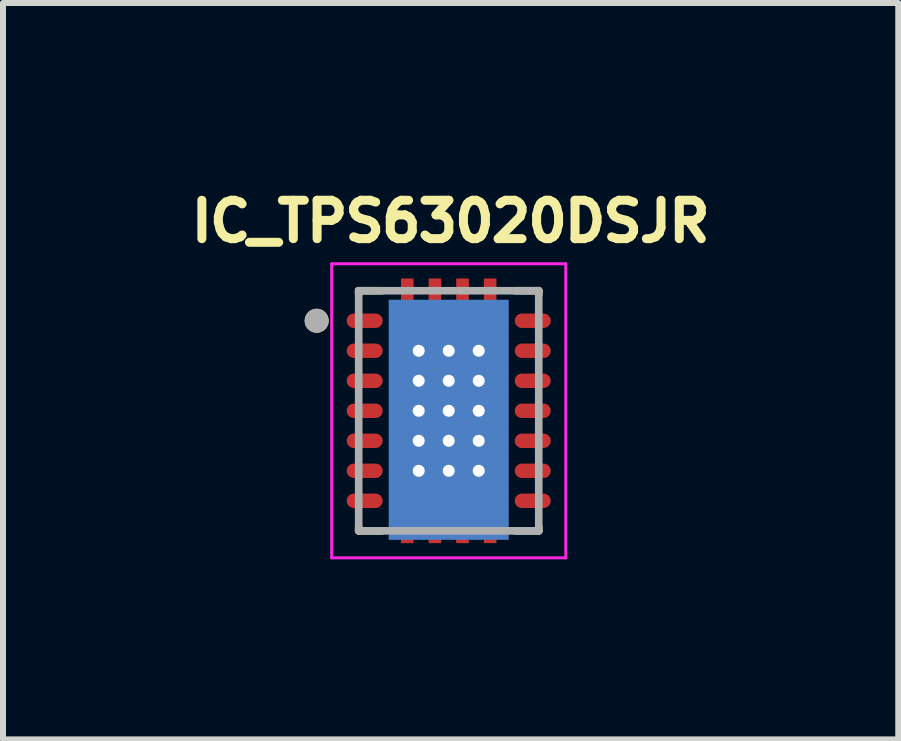
<source format=kicad_pcb>
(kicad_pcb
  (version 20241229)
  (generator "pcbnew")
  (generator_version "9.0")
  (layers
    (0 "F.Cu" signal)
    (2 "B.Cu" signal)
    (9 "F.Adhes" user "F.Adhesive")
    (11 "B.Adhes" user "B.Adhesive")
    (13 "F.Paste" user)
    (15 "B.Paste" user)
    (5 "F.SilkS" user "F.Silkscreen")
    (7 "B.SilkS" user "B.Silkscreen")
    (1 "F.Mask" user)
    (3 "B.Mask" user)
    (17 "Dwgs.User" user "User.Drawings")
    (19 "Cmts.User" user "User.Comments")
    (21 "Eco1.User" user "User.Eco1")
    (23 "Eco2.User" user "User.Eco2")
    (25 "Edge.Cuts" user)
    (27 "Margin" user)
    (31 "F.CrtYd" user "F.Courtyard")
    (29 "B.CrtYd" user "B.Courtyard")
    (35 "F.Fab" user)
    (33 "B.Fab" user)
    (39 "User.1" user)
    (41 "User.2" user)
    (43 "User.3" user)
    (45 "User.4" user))
  (footprint "IC_TPS63020DSJR"
    (layer "F.Cu")
    (at 4.426 3.794)
    (property "Reference" "IC_TPS63020DSJR" (at 0.032 -3.156 0) (layer "F.SilkS") (effects (font (size 0.64 0.64) (thickness 0.15))))
    (attr through_hole)
    (fp_poly (pts (xy -0.86 -2.27) (xy -0.52 -2.27) (xy -0.52 -1.495) (xy -0.4 -1.495) (xy -0.4 -2.27) (xy -0.06 -2.27) (xy -0.06 -1.495) (xy 0.06 -1.495) (xy 0.06 -2.27) (xy 0.4 -2.27) (xy 0.4 -1.495) (xy 0.52 -1.495) (xy 0.52 -2.27) (xy 0.86 -2.27) (xy 0.86 2.27) (xy 0.52 2.27) (xy 0.52 1.495) (xy 0.4 1.495) (xy 0.4 2.27) (xy 0.06 2.27) (xy 0.06 1.495) (xy -0.06 1.495) (xy -0.06 2.27) (xy -0.4 2.27) (xy -0.4 1.495) (xy -0.52 1.495) (xy -0.52 2.27) (xy -0.86 2.27)) (stroke (width 0.01) (type solid)) (fill yes) (layer "F.Mask"))
    (fp_poly (pts (xy -1.22 -1.69) (xy -1.21 -1.69) (xy -1.2 -1.689) (xy -1.19 -1.688) (xy -1.18 -1.686) (xy -1.171 -1.684) (xy -1.161 -1.681) (xy -1.152 -1.677) (xy -1.143 -1.674) (xy -1.134 -1.669) (xy -1.125 -1.665) (xy -1.117 -1.659) (xy -1.108 -1.654) (xy -1.1 -1.648) (xy -1.093 -1.641) (xy -1.086 -1.634) (xy -1.079 -1.627) (xy -1.072 -1.62) (xy -1.066 -1.612) (xy -1.061 -1.603) (xy -1.055 -1.595) (xy -1.051 -1.586) (xy -1.046 -1.577) (xy -1.043 -1.568) (xy -1.039 -1.559) (xy -1.036 -1.549) (xy -1.034 -1.54) (xy -1.032 -1.53) (xy -1.031 -1.52) (xy -1.03 -1.51) (xy -1.03 -1.5) (xy -1.03 -1.49) (xy -1.031 -1.48) (xy -1.032 -1.47) (xy -1.034 -1.46) (xy -1.036 -1.451) (xy -1.039 -1.441) (xy -1.043 -1.432) (xy -1.046 -1.423) (xy -1.051 -1.414) (xy -1.055 -1.405) (xy -1.061 -1.397) (xy -1.066 -1.388) (xy -1.072 -1.38) (xy -1.079 -1.373) (xy -1.086 -1.366) (xy -1.093 -1.359) (xy -1.1 -1.352) (xy -1.108 -1.346) (xy -1.117 -1.341) (xy -1.125 -1.335) (xy -1.134 -1.331) (xy -1.143 -1.326) (xy -1.152 -1.323) (xy -1.161 -1.319) (xy -1.171 -1.316) (xy -1.18 -1.314) (xy -1.19 -1.312) (xy -1.2 -1.311) (xy -1.21 -1.31) (xy -1.22 -1.31) (xy -1.58 -1.31) (xy -1.59 -1.31) (xy -1.6 -1.311) (xy -1.61 -1.312) (xy -1.62 -1.314) (xy -1.629 -1.316) (xy -1.639 -1.319) (xy -1.648 -1.323) (xy -1.657 -1.326) (xy -1.666 -1.331) (xy -1.675 -1.335) (xy -1.683 -1.341) (xy -1.692 -1.346) (xy -1.7 -1.352) (xy -1.707 -1.359) (xy -1.714 -1.366) (xy -1.721 -1.373) (xy -1.728 -1.38) (xy -1.734 -1.388) (xy -1.739 -1.397) (xy -1.745 -1.405) (xy -1.749 -1.414) (xy -1.754 -1.423) (xy -1.757 -1.432) (xy -1.761 -1.441) (xy -1.764 -1.451) (xy -1.766 -1.46) (xy -1.768 -1.47) (xy -1.769 -1.48) (xy -1.77 -1.49) (xy -1.77 -1.5) (xy -1.77 -1.51) (xy -1.769 -1.52) (xy -1.768 -1.53) (xy -1.766 -1.54) (xy -1.764 -1.549) (xy -1.761 -1.559) (xy -1.757 -1.568) (xy -1.754 -1.577) (xy -1.749 -1.586) (xy -1.745 -1.595) (xy -1.739 -1.603) (xy -1.734 -1.612) (xy -1.728 -1.62) (xy -1.721 -1.627) (xy -1.714 -1.634) (xy -1.707 -1.641) (xy -1.7 -1.648) (xy -1.692 -1.654) (xy -1.683 -1.659) (xy -1.675 -1.665) (xy -1.666 -1.669) (xy -1.657 -1.674) (xy -1.648 -1.677) (xy -1.639 -1.681) (xy -1.629 -1.684) (xy -1.62 -1.686) (xy -1.61 -1.688) (xy -1.6 -1.689) (xy -1.59 -1.69) (xy -1.58 -1.69) (xy -1.22 -1.69)) (stroke (width 0.01) (type solid)) (fill yes) (layer "F.Mask"))
    (fp_poly (pts (xy -1.22 -1.19) (xy -1.21 -1.19) (xy -1.2 -1.189) (xy -1.19 -1.188) (xy -1.18 -1.186) (xy -1.171 -1.184) (xy -1.161 -1.181) (xy -1.152 -1.177) (xy -1.143 -1.174) (xy -1.134 -1.169) (xy -1.125 -1.165) (xy -1.117 -1.159) (xy -1.108 -1.154) (xy -1.1 -1.148) (xy -1.093 -1.141) (xy -1.086 -1.134) (xy -1.079 -1.127) (xy -1.072 -1.12) (xy -1.066 -1.112) (xy -1.061 -1.103) (xy -1.055 -1.095) (xy -1.051 -1.086) (xy -1.046 -1.077) (xy -1.043 -1.068) (xy -1.039 -1.059) (xy -1.036 -1.049) (xy -1.034 -1.04) (xy -1.032 -1.03) (xy -1.031 -1.02) (xy -1.03 -1.01) (xy -1.03 -1) (xy -1.03 -0.99) (xy -1.031 -0.98) (xy -1.032 -0.97) (xy -1.034 -0.96) (xy -1.036 -0.951) (xy -1.039 -0.941) (xy -1.043 -0.932) (xy -1.046 -0.923) (xy -1.051 -0.914) (xy -1.055 -0.905) (xy -1.061 -0.897) (xy -1.066 -0.888) (xy -1.072 -0.88) (xy -1.079 -0.873) (xy -1.086 -0.866) (xy -1.093 -0.859) (xy -1.1 -0.852) (xy -1.108 -0.846) (xy -1.117 -0.841) (xy -1.125 -0.835) (xy -1.134 -0.831) (xy -1.143 -0.826) (xy -1.152 -0.823) (xy -1.161 -0.819) (xy -1.171 -0.816) (xy -1.18 -0.814) (xy -1.19 -0.812) (xy -1.2 -0.811) (xy -1.21 -0.81) (xy -1.22 -0.81) (xy -1.58 -0.81) (xy -1.59 -0.81) (xy -1.6 -0.811) (xy -1.61 -0.812) (xy -1.62 -0.814) (xy -1.629 -0.816) (xy -1.639 -0.819) (xy -1.648 -0.823) (xy -1.657 -0.826) (xy -1.666 -0.831) (xy -1.675 -0.835) (xy -1.683 -0.841) (xy -1.692 -0.846) (xy -1.7 -0.852) (xy -1.707 -0.859) (xy -1.714 -0.866) (xy -1.721 -0.873) (xy -1.728 -0.88) (xy -1.734 -0.888) (xy -1.739 -0.897) (xy -1.745 -0.905) (xy -1.749 -0.914) (xy -1.754 -0.923) (xy -1.757 -0.932) (xy -1.761 -0.941) (xy -1.764 -0.951) (xy -1.766 -0.96) (xy -1.768 -0.97) (xy -1.769 -0.98) (xy -1.77 -0.99) (xy -1.77 -1) (xy -1.77 -1.01) (xy -1.769 -1.02) (xy -1.768 -1.03) (xy -1.766 -1.04) (xy -1.764 -1.049) (xy -1.761 -1.059) (xy -1.757 -1.068) (xy -1.754 -1.077) (xy -1.749 -1.086) (xy -1.745 -1.095) (xy -1.739 -1.103) (xy -1.734 -1.112) (xy -1.728 -1.12) (xy -1.721 -1.127) (xy -1.714 -1.134) (xy -1.707 -1.141) (xy -1.7 -1.148) (xy -1.692 -1.154) (xy -1.683 -1.159) (xy -1.675 -1.165) (xy -1.666 -1.169) (xy -1.657 -1.174) (xy -1.648 -1.177) (xy -1.639 -1.181) (xy -1.629 -1.184) (xy -1.62 -1.186) (xy -1.61 -1.188) (xy -1.6 -1.189) (xy -1.59 -1.19) (xy -1.58 -1.19) (xy -1.22 -1.19)) (stroke (width 0.01) (type solid)) (fill yes) (layer "F.Mask"))
    (fp_poly (pts (xy -1.22 -0.69) (xy -1.21 -0.69) (xy -1.2 -0.689) (xy -1.19 -0.688) (xy -1.18 -0.686) (xy -1.171 -0.684) (xy -1.161 -0.681) (xy -1.152 -0.677) (xy -1.143 -0.674) (xy -1.134 -0.669) (xy -1.125 -0.665) (xy -1.117 -0.659) (xy -1.108 -0.654) (xy -1.1 -0.648) (xy -1.093 -0.641) (xy -1.086 -0.634) (xy -1.079 -0.627) (xy -1.072 -0.62) (xy -1.066 -0.612) (xy -1.061 -0.603) (xy -1.055 -0.595) (xy -1.051 -0.586) (xy -1.046 -0.577) (xy -1.043 -0.568) (xy -1.039 -0.559) (xy -1.036 -0.549) (xy -1.034 -0.54) (xy -1.032 -0.53) (xy -1.031 -0.52) (xy -1.03 -0.51) (xy -1.03 -0.5) (xy -1.03 -0.49) (xy -1.031 -0.48) (xy -1.032 -0.47) (xy -1.034 -0.46) (xy -1.036 -0.451) (xy -1.039 -0.441) (xy -1.043 -0.432) (xy -1.046 -0.423) (xy -1.051 -0.414) (xy -1.055 -0.405) (xy -1.061 -0.397) (xy -1.066 -0.388) (xy -1.072 -0.38) (xy -1.079 -0.373) (xy -1.086 -0.366) (xy -1.093 -0.359) (xy -1.1 -0.352) (xy -1.108 -0.346) (xy -1.117 -0.341) (xy -1.125 -0.335) (xy -1.134 -0.331) (xy -1.143 -0.326) (xy -1.152 -0.323) (xy -1.161 -0.319) (xy -1.171 -0.316) (xy -1.18 -0.314) (xy -1.19 -0.312) (xy -1.2 -0.311) (xy -1.21 -0.31) (xy -1.22 -0.31) (xy -1.58 -0.31) (xy -1.59 -0.31) (xy -1.6 -0.311) (xy -1.61 -0.312) (xy -1.62 -0.314) (xy -1.629 -0.316) (xy -1.639 -0.319) (xy -1.648 -0.323) (xy -1.657 -0.326) (xy -1.666 -0.331) (xy -1.675 -0.335) (xy -1.683 -0.341) (xy -1.692 -0.346) (xy -1.7 -0.352) (xy -1.707 -0.359) (xy -1.714 -0.366) (xy -1.721 -0.373) (xy -1.728 -0.38) (xy -1.734 -0.388) (xy -1.739 -0.397) (xy -1.745 -0.405) (xy -1.749 -0.414) (xy -1.754 -0.423) (xy -1.757 -0.432) (xy -1.761 -0.441) (xy -1.764 -0.451) (xy -1.766 -0.46) (xy -1.768 -0.47) (xy -1.769 -0.48) (xy -1.77 -0.49) (xy -1.77 -0.5) (xy -1.77 -0.51) (xy -1.769 -0.52) (xy -1.768 -0.53) (xy -1.766 -0.54) (xy -1.764 -0.549) (xy -1.761 -0.559) (xy -1.757 -0.568) (xy -1.754 -0.577) (xy -1.749 -0.586) (xy -1.745 -0.595) (xy -1.739 -0.603) (xy -1.734 -0.612) (xy -1.728 -0.62) (xy -1.721 -0.627) (xy -1.714 -0.634) (xy -1.707 -0.641) (xy -1.7 -0.648) (xy -1.692 -0.654) (xy -1.683 -0.659) (xy -1.675 -0.665) (xy -1.666 -0.669) (xy -1.657 -0.674) (xy -1.648 -0.677) (xy -1.639 -0.681) (xy -1.629 -0.684) (xy -1.62 -0.686) (xy -1.61 -0.688) (xy -1.6 -0.689) (xy -1.59 -0.69) (xy -1.58 -0.69) (xy -1.22 -0.69)) (stroke (width 0.01) (type solid)) (fill yes) (layer "F.Mask"))
    (fp_poly (pts (xy -1.22 -0.19) (xy -1.21 -0.19) (xy -1.2 -0.189) (xy -1.19 -0.188) (xy -1.18 -0.186) (xy -1.171 -0.184) (xy -1.161 -0.181) (xy -1.152 -0.177) (xy -1.143 -0.174) (xy -1.134 -0.169) (xy -1.125 -0.165) (xy -1.117 -0.159) (xy -1.108 -0.154) (xy -1.1 -0.148) (xy -1.093 -0.141) (xy -1.086 -0.134) (xy -1.079 -0.127) (xy -1.072 -0.12) (xy -1.066 -0.112) (xy -1.061 -0.103) (xy -1.055 -0.095) (xy -1.051 -0.086) (xy -1.046 -0.077) (xy -1.043 -0.068) (xy -1.039 -0.059) (xy -1.036 -0.049) (xy -1.034 -0.04) (xy -1.032 -0.03) (xy -1.031 -0.02) (xy -1.03 -0.01) (xy -1.03 0) (xy -1.03 0.01) (xy -1.031 0.02) (xy -1.032 0.03) (xy -1.034 0.04) (xy -1.036 0.049) (xy -1.039 0.059) (xy -1.043 0.068) (xy -1.046 0.077) (xy -1.051 0.086) (xy -1.055 0.095) (xy -1.061 0.103) (xy -1.066 0.112) (xy -1.072 0.12) (xy -1.079 0.127) (xy -1.086 0.134) (xy -1.093 0.141) (xy -1.1 0.148) (xy -1.108 0.154) (xy -1.117 0.159) (xy -1.125 0.165) (xy -1.134 0.169) (xy -1.143 0.174) (xy -1.152 0.177) (xy -1.161 0.181) (xy -1.171 0.184) (xy -1.18 0.186) (xy -1.19 0.188) (xy -1.2 0.189) (xy -1.21 0.19) (xy -1.22 0.19) (xy -1.58 0.19) (xy -1.59 0.19) (xy -1.6 0.189) (xy -1.61 0.188) (xy -1.62 0.186) (xy -1.629 0.184) (xy -1.639 0.181) (xy -1.648 0.177) (xy -1.657 0.174) (xy -1.666 0.169) (xy -1.675 0.165) (xy -1.683 0.159) (xy -1.692 0.154) (xy -1.7 0.148) (xy -1.707 0.141) (xy -1.714 0.134) (xy -1.721 0.127) (xy -1.728 0.12) (xy -1.734 0.112) (xy -1.739 0.103) (xy -1.745 0.095) (xy -1.749 0.086) (xy -1.754 0.077) (xy -1.757 0.068) (xy -1.761 0.059) (xy -1.764 0.049) (xy -1.766 0.04) (xy -1.768 0.03) (xy -1.769 0.02) (xy -1.77 0.01) (xy -1.77 0) (xy -1.77 -0.01) (xy -1.769 -0.02) (xy -1.768 -0.03) (xy -1.766 -0.04) (xy -1.764 -0.049) (xy -1.761 -0.059) (xy -1.757 -0.068) (xy -1.754 -0.077) (xy -1.749 -0.086) (xy -1.745 -0.095) (xy -1.739 -0.103) (xy -1.734 -0.112) (xy -1.728 -0.12) (xy -1.721 -0.127) (xy -1.714 -0.134) (xy -1.707 -0.141) (xy -1.7 -0.148) (xy -1.692 -0.154) (xy -1.683 -0.159) (xy -1.675 -0.165) (xy -1.666 -0.169) (xy -1.657 -0.174) (xy -1.648 -0.177) (xy -1.639 -0.181) (xy -1.629 -0.184) (xy -1.62 -0.186) (xy -1.61 -0.188) (xy -1.6 -0.189) (xy -1.59 -0.19) (xy -1.58 -0.19) (xy -1.22 -0.19)) (stroke (width 0.01) (type solid)) (fill yes) (layer "F.Mask"))
    (fp_poly (pts (xy -1.22 0.31) (xy -1.21 0.31) (xy -1.2 0.311) (xy -1.19 0.312) (xy -1.18 0.314) (xy -1.171 0.316) (xy -1.161 0.319) (xy -1.152 0.323) (xy -1.143 0.326) (xy -1.134 0.331) (xy -1.125 0.335) (xy -1.117 0.341) (xy -1.108 0.346) (xy -1.1 0.352) (xy -1.093 0.359) (xy -1.086 0.366) (xy -1.079 0.373) (xy -1.072 0.38) (xy -1.066 0.388) (xy -1.061 0.397) (xy -1.055 0.405) (xy -1.051 0.414) (xy -1.046 0.423) (xy -1.043 0.432) (xy -1.039 0.441) (xy -1.036 0.451) (xy -1.034 0.46) (xy -1.032 0.47) (xy -1.031 0.48) (xy -1.03 0.49) (xy -1.03 0.5) (xy -1.03 0.51) (xy -1.031 0.52) (xy -1.032 0.53) (xy -1.034 0.54) (xy -1.036 0.549) (xy -1.039 0.559) (xy -1.043 0.568) (xy -1.046 0.577) (xy -1.051 0.586) (xy -1.055 0.595) (xy -1.061 0.603) (xy -1.066 0.612) (xy -1.072 0.62) (xy -1.079 0.627) (xy -1.086 0.634) (xy -1.093 0.641) (xy -1.1 0.648) (xy -1.108 0.654) (xy -1.117 0.659) (xy -1.125 0.665) (xy -1.134 0.669) (xy -1.143 0.674) (xy -1.152 0.677) (xy -1.161 0.681) (xy -1.171 0.684) (xy -1.18 0.686) (xy -1.19 0.688) (xy -1.2 0.689) (xy -1.21 0.69) (xy -1.22 0.69) (xy -1.58 0.69) (xy -1.59 0.69) (xy -1.6 0.689) (xy -1.61 0.688) (xy -1.62 0.686) (xy -1.629 0.684) (xy -1.639 0.681) (xy -1.648 0.677) (xy -1.657 0.674) (xy -1.666 0.669) (xy -1.675 0.665) (xy -1.683 0.659) (xy -1.692 0.654) (xy -1.7 0.648) (xy -1.707 0.641) (xy -1.714 0.634) (xy -1.721 0.627) (xy -1.728 0.62) (xy -1.734 0.612) (xy -1.739 0.603) (xy -1.745 0.595) (xy -1.749 0.586) (xy -1.754 0.577) (xy -1.757 0.568) (xy -1.761 0.559) (xy -1.764 0.549) (xy -1.766 0.54) (xy -1.768 0.53) (xy -1.769 0.52) (xy -1.77 0.51) (xy -1.77 0.5) (xy -1.77 0.49) (xy -1.769 0.48) (xy -1.768 0.47) (xy -1.766 0.46) (xy -1.764 0.451) (xy -1.761 0.441) (xy -1.757 0.432) (xy -1.754 0.423) (xy -1.749 0.414) (xy -1.745 0.405) (xy -1.739 0.397) (xy -1.734 0.388) (xy -1.728 0.38) (xy -1.721 0.373) (xy -1.714 0.366) (xy -1.707 0.359) (xy -1.7 0.352) (xy -1.692 0.346) (xy -1.683 0.341) (xy -1.675 0.335) (xy -1.666 0.331) (xy -1.657 0.326) (xy -1.648 0.323) (xy -1.639 0.319) (xy -1.629 0.316) (xy -1.62 0.314) (xy -1.61 0.312) (xy -1.6 0.311) (xy -1.59 0.31) (xy -1.58 0.31) (xy -1.22 0.31)) (stroke (width 0.01) (type solid)) (fill yes) (layer "F.Mask"))
    (fp_poly (pts (xy -1.22 0.81) (xy -1.21 0.81) (xy -1.2 0.811) (xy -1.19 0.812) (xy -1.18 0.814) (xy -1.171 0.816) (xy -1.161 0.819) (xy -1.152 0.823) (xy -1.143 0.826) (xy -1.134 0.831) (xy -1.125 0.835) (xy -1.117 0.841) (xy -1.108 0.846) (xy -1.1 0.852) (xy -1.093 0.859) (xy -1.086 0.866) (xy -1.079 0.873) (xy -1.072 0.88) (xy -1.066 0.888) (xy -1.061 0.897) (xy -1.055 0.905) (xy -1.051 0.914) (xy -1.046 0.923) (xy -1.043 0.932) (xy -1.039 0.941) (xy -1.036 0.951) (xy -1.034 0.96) (xy -1.032 0.97) (xy -1.031 0.98) (xy -1.03 0.99) (xy -1.03 1) (xy -1.03 1.01) (xy -1.031 1.02) (xy -1.032 1.03) (xy -1.034 1.04) (xy -1.036 1.049) (xy -1.039 1.059) (xy -1.043 1.068) (xy -1.046 1.077) (xy -1.051 1.086) (xy -1.055 1.095) (xy -1.061 1.103) (xy -1.066 1.112) (xy -1.072 1.12) (xy -1.079 1.127) (xy -1.086 1.134) (xy -1.093 1.141) (xy -1.1 1.148) (xy -1.108 1.154) (xy -1.117 1.159) (xy -1.125 1.165) (xy -1.134 1.169) (xy -1.143 1.174) (xy -1.152 1.177) (xy -1.161 1.181) (xy -1.171 1.184) (xy -1.18 1.186) (xy -1.19 1.188) (xy -1.2 1.189) (xy -1.21 1.19) (xy -1.22 1.19) (xy -1.58 1.19) (xy -1.59 1.19) (xy -1.6 1.189) (xy -1.61 1.188) (xy -1.62 1.186) (xy -1.629 1.184) (xy -1.639 1.181) (xy -1.648 1.177) (xy -1.657 1.174) (xy -1.666 1.169) (xy -1.675 1.165) (xy -1.683 1.159) (xy -1.692 1.154) (xy -1.7 1.148) (xy -1.707 1.141) (xy -1.714 1.134) (xy -1.721 1.127) (xy -1.728 1.12) (xy -1.734 1.112) (xy -1.739 1.103) (xy -1.745 1.095) (xy -1.749 1.086) (xy -1.754 1.077) (xy -1.757 1.068) (xy -1.761 1.059) (xy -1.764 1.049) (xy -1.766 1.04) (xy -1.768 1.03) (xy -1.769 1.02) (xy -1.77 1.01) (xy -1.77 1) (xy -1.77 0.99) (xy -1.769 0.98) (xy -1.768 0.97) (xy -1.766 0.96) (xy -1.764 0.951) (xy -1.761 0.941) (xy -1.757 0.932) (xy -1.754 0.923) (xy -1.749 0.914) (xy -1.745 0.905) (xy -1.739 0.897) (xy -1.734 0.888) (xy -1.728 0.88) (xy -1.721 0.873) (xy -1.714 0.866) (xy -1.707 0.859) (xy -1.7 0.852) (xy -1.692 0.846) (xy -1.683 0.841) (xy -1.675 0.835) (xy -1.666 0.831) (xy -1.657 0.826) (xy -1.648 0.823) (xy -1.639 0.819) (xy -1.629 0.816) (xy -1.62 0.814) (xy -1.61 0.812) (xy -1.6 0.811) (xy -1.59 0.81) (xy -1.58 0.81) (xy -1.22 0.81)) (stroke (width 0.01) (type solid)) (fill yes) (layer "F.Mask"))
    (fp_poly (pts (xy -1.22 1.31) (xy -1.21 1.31) (xy -1.2 1.311) (xy -1.19 1.312) (xy -1.18 1.314) (xy -1.171 1.316) (xy -1.161 1.319) (xy -1.152 1.323) (xy -1.143 1.326) (xy -1.134 1.331) (xy -1.125 1.335) (xy -1.117 1.341) (xy -1.108 1.346) (xy -1.1 1.352) (xy -1.093 1.359) (xy -1.086 1.366) (xy -1.079 1.373) (xy -1.072 1.38) (xy -1.066 1.388) (xy -1.061 1.397) (xy -1.055 1.405) (xy -1.051 1.414) (xy -1.046 1.423) (xy -1.043 1.432) (xy -1.039 1.441) (xy -1.036 1.451) (xy -1.034 1.46) (xy -1.032 1.47) (xy -1.031 1.48) (xy -1.03 1.49) (xy -1.03 1.5) (xy -1.03 1.51) (xy -1.031 1.52) (xy -1.032 1.53) (xy -1.034 1.54) (xy -1.036 1.549) (xy -1.039 1.559) (xy -1.043 1.568) (xy -1.046 1.577) (xy -1.051 1.586) (xy -1.055 1.595) (xy -1.061 1.603) (xy -1.066 1.612) (xy -1.072 1.62) (xy -1.079 1.627) (xy -1.086 1.634) (xy -1.093 1.641) (xy -1.1 1.648) (xy -1.108 1.654) (xy -1.117 1.659) (xy -1.125 1.665) (xy -1.134 1.669) (xy -1.143 1.674) (xy -1.152 1.677) (xy -1.161 1.681) (xy -1.171 1.684) (xy -1.18 1.686) (xy -1.19 1.688) (xy -1.2 1.689) (xy -1.21 1.69) (xy -1.22 1.69) (xy -1.58 1.69) (xy -1.59 1.69) (xy -1.6 1.689) (xy -1.61 1.688) (xy -1.62 1.686) (xy -1.629 1.684) (xy -1.639 1.681) (xy -1.648 1.677) (xy -1.657 1.674) (xy -1.666 1.669) (xy -1.675 1.665) (xy -1.683 1.659) (xy -1.692 1.654) (xy -1.7 1.648) (xy -1.707 1.641) (xy -1.714 1.634) (xy -1.721 1.627) (xy -1.728 1.62) (xy -1.734 1.612) (xy -1.739 1.603) (xy -1.745 1.595) (xy -1.749 1.586) (xy -1.754 1.577) (xy -1.757 1.568) (xy -1.761 1.559) (xy -1.764 1.549) (xy -1.766 1.54) (xy -1.768 1.53) (xy -1.769 1.52) (xy -1.77 1.51) (xy -1.77 1.5) (xy -1.77 1.49) (xy -1.769 1.48) (xy -1.768 1.47) (xy -1.766 1.46) (xy -1.764 1.451) (xy -1.761 1.441) (xy -1.757 1.432) (xy -1.754 1.423) (xy -1.749 1.414) (xy -1.745 1.405) (xy -1.739 1.397) (xy -1.734 1.388) (xy -1.728 1.38) (xy -1.721 1.373) (xy -1.714 1.366) (xy -1.707 1.359) (xy -1.7 1.352) (xy -1.692 1.346) (xy -1.683 1.341) (xy -1.675 1.335) (xy -1.666 1.331) (xy -1.657 1.326) (xy -1.648 1.323) (xy -1.639 1.319) (xy -1.629 1.316) (xy -1.62 1.314) (xy -1.61 1.312) (xy -1.6 1.311) (xy -1.59 1.31) (xy -1.58 1.31) (xy -1.22 1.31)) (stroke (width 0.01) (type solid)) (fill yes) (layer "F.Mask"))
    (fp_poly (pts (xy 1.58 -1.69) (xy 1.59 -1.69) (xy 1.6 -1.689) (xy 1.61 -1.688) (xy 1.62 -1.686) (xy 1.629 -1.684) (xy 1.639 -1.681) (xy 1.648 -1.677) (xy 1.657 -1.674) (xy 1.666 -1.669) (xy 1.675 -1.665) (xy 1.683 -1.659) (xy 1.692 -1.654) (xy 1.7 -1.648) (xy 1.707 -1.641) (xy 1.714 -1.634) (xy 1.721 -1.627) (xy 1.728 -1.62) (xy 1.734 -1.612) (xy 1.739 -1.603) (xy 1.745 -1.595) (xy 1.749 -1.586) (xy 1.754 -1.577) (xy 1.757 -1.568) (xy 1.761 -1.559) (xy 1.764 -1.549) (xy 1.766 -1.54) (xy 1.768 -1.53) (xy 1.769 -1.52) (xy 1.77 -1.51) (xy 1.77 -1.5) (xy 1.77 -1.49) (xy 1.769 -1.48) (xy 1.768 -1.47) (xy 1.766 -1.46) (xy 1.764 -1.451) (xy 1.761 -1.441) (xy 1.757 -1.432) (xy 1.754 -1.423) (xy 1.749 -1.414) (xy 1.745 -1.405) (xy 1.739 -1.397) (xy 1.734 -1.388) (xy 1.728 -1.38) (xy 1.721 -1.373) (xy 1.714 -1.366) (xy 1.707 -1.359) (xy 1.7 -1.352) (xy 1.692 -1.346) (xy 1.683 -1.341) (xy 1.675 -1.335) (xy 1.666 -1.331) (xy 1.657 -1.326) (xy 1.648 -1.323) (xy 1.639 -1.319) (xy 1.629 -1.316) (xy 1.62 -1.314) (xy 1.61 -1.312) (xy 1.6 -1.311) (xy 1.59 -1.31) (xy 1.58 -1.31) (xy 1.22 -1.31) (xy 1.21 -1.31) (xy 1.2 -1.311) (xy 1.19 -1.312) (xy 1.18 -1.314) (xy 1.171 -1.316) (xy 1.161 -1.319) (xy 1.152 -1.323) (xy 1.143 -1.326) (xy 1.134 -1.331) (xy 1.125 -1.335) (xy 1.117 -1.341) (xy 1.108 -1.346) (xy 1.1 -1.352) (xy 1.093 -1.359) (xy 1.086 -1.366) (xy 1.079 -1.373) (xy 1.072 -1.38) (xy 1.066 -1.388) (xy 1.061 -1.397) (xy 1.055 -1.405) (xy 1.051 -1.414) (xy 1.046 -1.423) (xy 1.043 -1.432) (xy 1.039 -1.441) (xy 1.036 -1.451) (xy 1.034 -1.46) (xy 1.032 -1.47) (xy 1.031 -1.48) (xy 1.03 -1.49) (xy 1.03 -1.5) (xy 1.03 -1.51) (xy 1.031 -1.52) (xy 1.032 -1.53) (xy 1.034 -1.54) (xy 1.036 -1.549) (xy 1.039 -1.559) (xy 1.043 -1.568) (xy 1.046 -1.577) (xy 1.051 -1.586) (xy 1.055 -1.595) (xy 1.061 -1.603) (xy 1.066 -1.612) (xy 1.072 -1.62) (xy 1.079 -1.627) (xy 1.086 -1.634) (xy 1.093 -1.641) (xy 1.1 -1.648) (xy 1.108 -1.654) (xy 1.117 -1.659) (xy 1.125 -1.665) (xy 1.134 -1.669) (xy 1.143 -1.674) (xy 1.152 -1.677) (xy 1.161 -1.681) (xy 1.171 -1.684) (xy 1.18 -1.686) (xy 1.19 -1.688) (xy 1.2 -1.689) (xy 1.21 -1.69) (xy 1.22 -1.69) (xy 1.58 -1.69)) (stroke (width 0.01) (type solid)) (fill yes) (layer "F.Mask"))
    (fp_poly (pts (xy 1.58 -1.19) (xy 1.59 -1.19) (xy 1.6 -1.189) (xy 1.61 -1.188) (xy 1.62 -1.186) (xy 1.629 -1.184) (xy 1.639 -1.181) (xy 1.648 -1.177) (xy 1.657 -1.174) (xy 1.666 -1.169) (xy 1.675 -1.165) (xy 1.683 -1.159) (xy 1.692 -1.154) (xy 1.7 -1.148) (xy 1.707 -1.141) (xy 1.714 -1.134) (xy 1.721 -1.127) (xy 1.728 -1.12) (xy 1.734 -1.112) (xy 1.739 -1.103) (xy 1.745 -1.095) (xy 1.749 -1.086) (xy 1.754 -1.077) (xy 1.757 -1.068) (xy 1.761 -1.059) (xy 1.764 -1.049) (xy 1.766 -1.04) (xy 1.768 -1.03) (xy 1.769 -1.02) (xy 1.77 -1.01) (xy 1.77 -1) (xy 1.77 -0.99) (xy 1.769 -0.98) (xy 1.768 -0.97) (xy 1.766 -0.96) (xy 1.764 -0.951) (xy 1.761 -0.941) (xy 1.757 -0.932) (xy 1.754 -0.923) (xy 1.749 -0.914) (xy 1.745 -0.905) (xy 1.739 -0.897) (xy 1.734 -0.888) (xy 1.728 -0.88) (xy 1.721 -0.873) (xy 1.714 -0.866) (xy 1.707 -0.859) (xy 1.7 -0.852) (xy 1.692 -0.846) (xy 1.683 -0.841) (xy 1.675 -0.835) (xy 1.666 -0.831) (xy 1.657 -0.826) (xy 1.648 -0.823) (xy 1.639 -0.819) (xy 1.629 -0.816) (xy 1.62 -0.814) (xy 1.61 -0.812) (xy 1.6 -0.811) (xy 1.59 -0.81) (xy 1.58 -0.81) (xy 1.22 -0.81) (xy 1.21 -0.81) (xy 1.2 -0.811) (xy 1.19 -0.812) (xy 1.18 -0.814) (xy 1.171 -0.816) (xy 1.161 -0.819) (xy 1.152 -0.823) (xy 1.143 -0.826) (xy 1.134 -0.831) (xy 1.125 -0.835) (xy 1.117 -0.841) (xy 1.108 -0.846) (xy 1.1 -0.852) (xy 1.093 -0.859) (xy 1.086 -0.866) (xy 1.079 -0.873) (xy 1.072 -0.88) (xy 1.066 -0.888) (xy 1.061 -0.897) (xy 1.055 -0.905) (xy 1.051 -0.914) (xy 1.046 -0.923) (xy 1.043 -0.932) (xy 1.039 -0.941) (xy 1.036 -0.951) (xy 1.034 -0.96) (xy 1.032 -0.97) (xy 1.031 -0.98) (xy 1.03 -0.99) (xy 1.03 -1) (xy 1.03 -1.01) (xy 1.031 -1.02) (xy 1.032 -1.03) (xy 1.034 -1.04) (xy 1.036 -1.049) (xy 1.039 -1.059) (xy 1.043 -1.068) (xy 1.046 -1.077) (xy 1.051 -1.086) (xy 1.055 -1.095) (xy 1.061 -1.103) (xy 1.066 -1.112) (xy 1.072 -1.12) (xy 1.079 -1.127) (xy 1.086 -1.134) (xy 1.093 -1.141) (xy 1.1 -1.148) (xy 1.108 -1.154) (xy 1.117 -1.159) (xy 1.125 -1.165) (xy 1.134 -1.169) (xy 1.143 -1.174) (xy 1.152 -1.177) (xy 1.161 -1.181) (xy 1.171 -1.184) (xy 1.18 -1.186) (xy 1.19 -1.188) (xy 1.2 -1.189) (xy 1.21 -1.19) (xy 1.22 -1.19) (xy 1.58 -1.19)) (stroke (width 0.01) (type solid)) (fill yes) (layer "F.Mask"))
    (fp_poly (pts (xy 1.58 -0.69) (xy 1.59 -0.69) (xy 1.6 -0.689) (xy 1.61 -0.688) (xy 1.62 -0.686) (xy 1.629 -0.684) (xy 1.639 -0.681) (xy 1.648 -0.677) (xy 1.657 -0.674) (xy 1.666 -0.669) (xy 1.675 -0.665) (xy 1.683 -0.659) (xy 1.692 -0.654) (xy 1.7 -0.648) (xy 1.707 -0.641) (xy 1.714 -0.634) (xy 1.721 -0.627) (xy 1.728 -0.62) (xy 1.734 -0.612) (xy 1.739 -0.603) (xy 1.745 -0.595) (xy 1.749 -0.586) (xy 1.754 -0.577) (xy 1.757 -0.568) (xy 1.761 -0.559) (xy 1.764 -0.549) (xy 1.766 -0.54) (xy 1.768 -0.53) (xy 1.769 -0.52) (xy 1.77 -0.51) (xy 1.77 -0.5) (xy 1.77 -0.49) (xy 1.769 -0.48) (xy 1.768 -0.47) (xy 1.766 -0.46) (xy 1.764 -0.451) (xy 1.761 -0.441) (xy 1.757 -0.432) (xy 1.754 -0.423) (xy 1.749 -0.414) (xy 1.745 -0.405) (xy 1.739 -0.397) (xy 1.734 -0.388) (xy 1.728 -0.38) (xy 1.721 -0.373) (xy 1.714 -0.366) (xy 1.707 -0.359) (xy 1.7 -0.352) (xy 1.692 -0.346) (xy 1.683 -0.341) (xy 1.675 -0.335) (xy 1.666 -0.331) (xy 1.657 -0.326) (xy 1.648 -0.323) (xy 1.639 -0.319) (xy 1.629 -0.316) (xy 1.62 -0.314) (xy 1.61 -0.312) (xy 1.6 -0.311) (xy 1.59 -0.31) (xy 1.58 -0.31) (xy 1.22 -0.31) (xy 1.21 -0.31) (xy 1.2 -0.311) (xy 1.19 -0.312) (xy 1.18 -0.314) (xy 1.171 -0.316) (xy 1.161 -0.319) (xy 1.152 -0.323) (xy 1.143 -0.326) (xy 1.134 -0.331) (xy 1.125 -0.335) (xy 1.117 -0.341) (xy 1.108 -0.346) (xy 1.1 -0.352) (xy 1.093 -0.359) (xy 1.086 -0.366) (xy 1.079 -0.373) (xy 1.072 -0.38) (xy 1.066 -0.388) (xy 1.061 -0.397) (xy 1.055 -0.405) (xy 1.051 -0.414) (xy 1.046 -0.423) (xy 1.043 -0.432) (xy 1.039 -0.441) (xy 1.036 -0.451) (xy 1.034 -0.46) (xy 1.032 -0.47) (xy 1.031 -0.48) (xy 1.03 -0.49) (xy 1.03 -0.5) (xy 1.03 -0.51) (xy 1.031 -0.52) (xy 1.032 -0.53) (xy 1.034 -0.54) (xy 1.036 -0.549) (xy 1.039 -0.559) (xy 1.043 -0.568) (xy 1.046 -0.577) (xy 1.051 -0.586) (xy 1.055 -0.595) (xy 1.061 -0.603) (xy 1.066 -0.612) (xy 1.072 -0.62) (xy 1.079 -0.627) (xy 1.086 -0.634) (xy 1.093 -0.641) (xy 1.1 -0.648) (xy 1.108 -0.654) (xy 1.117 -0.659) (xy 1.125 -0.665) (xy 1.134 -0.669) (xy 1.143 -0.674) (xy 1.152 -0.677) (xy 1.161 -0.681) (xy 1.171 -0.684) (xy 1.18 -0.686) (xy 1.19 -0.688) (xy 1.2 -0.689) (xy 1.21 -0.69) (xy 1.22 -0.69) (xy 1.58 -0.69)) (stroke (width 0.01) (type solid)) (fill yes) (layer "F.Mask"))
    (fp_poly (pts (xy 1.58 -0.19) (xy 1.59 -0.19) (xy 1.6 -0.189) (xy 1.61 -0.188) (xy 1.62 -0.186) (xy 1.629 -0.184) (xy 1.639 -0.181) (xy 1.648 -0.177) (xy 1.657 -0.174) (xy 1.666 -0.169) (xy 1.675 -0.165) (xy 1.683 -0.159) (xy 1.692 -0.154) (xy 1.7 -0.148) (xy 1.707 -0.141) (xy 1.714 -0.134) (xy 1.721 -0.127) (xy 1.728 -0.12) (xy 1.734 -0.112) (xy 1.739 -0.103) (xy 1.745 -0.095) (xy 1.749 -0.086) (xy 1.754 -0.077) (xy 1.757 -0.068) (xy 1.761 -0.059) (xy 1.764 -0.049) (xy 1.766 -0.04) (xy 1.768 -0.03) (xy 1.769 -0.02) (xy 1.77 -0.01) (xy 1.77 0) (xy 1.77 0.01) (xy 1.769 0.02) (xy 1.768 0.03) (xy 1.766 0.04) (xy 1.764 0.049) (xy 1.761 0.059) (xy 1.757 0.068) (xy 1.754 0.077) (xy 1.749 0.086) (xy 1.745 0.095) (xy 1.739 0.103) (xy 1.734 0.112) (xy 1.728 0.12) (xy 1.721 0.127) (xy 1.714 0.134) (xy 1.707 0.141) (xy 1.7 0.148) (xy 1.692 0.154) (xy 1.683 0.159) (xy 1.675 0.165) (xy 1.666 0.169) (xy 1.657 0.174) (xy 1.648 0.177) (xy 1.639 0.181) (xy 1.629 0.184) (xy 1.62 0.186) (xy 1.61 0.188) (xy 1.6 0.189) (xy 1.59 0.19) (xy 1.58 0.19) (xy 1.22 0.19) (xy 1.21 0.19) (xy 1.2 0.189) (xy 1.19 0.188) (xy 1.18 0.186) (xy 1.171 0.184) (xy 1.161 0.181) (xy 1.152 0.177) (xy 1.143 0.174) (xy 1.134 0.169) (xy 1.125 0.165) (xy 1.117 0.159) (xy 1.108 0.154) (xy 1.1 0.148) (xy 1.093 0.141) (xy 1.086 0.134) (xy 1.079 0.127) (xy 1.072 0.12) (xy 1.066 0.112) (xy 1.061 0.103) (xy 1.055 0.095) (xy 1.051 0.086) (xy 1.046 0.077) (xy 1.043 0.068) (xy 1.039 0.059) (xy 1.036 0.049) (xy 1.034 0.04) (xy 1.032 0.03) (xy 1.031 0.02) (xy 1.03 0.01) (xy 1.03 0) (xy 1.03 -0.01) (xy 1.031 -0.02) (xy 1.032 -0.03) (xy 1.034 -0.04) (xy 1.036 -0.049) (xy 1.039 -0.059) (xy 1.043 -0.068) (xy 1.046 -0.077) (xy 1.051 -0.086) (xy 1.055 -0.095) (xy 1.061 -0.103) (xy 1.066 -0.112) (xy 1.072 -0.12) (xy 1.079 -0.127) (xy 1.086 -0.134) (xy 1.093 -0.141) (xy 1.1 -0.148) (xy 1.108 -0.154) (xy 1.117 -0.159) (xy 1.125 -0.165) (xy 1.134 -0.169) (xy 1.143 -0.174) (xy 1.152 -0.177) (xy 1.161 -0.181) (xy 1.171 -0.184) (xy 1.18 -0.186) (xy 1.19 -0.188) (xy 1.2 -0.189) (xy 1.21 -0.19) (xy 1.22 -0.19) (xy 1.58 -0.19)) (stroke (width 0.01) (type solid)) (fill yes) (layer "F.Mask"))
    (fp_poly (pts (xy 1.58 0.31) (xy 1.59 0.31) (xy 1.6 0.311) (xy 1.61 0.312) (xy 1.62 0.314) (xy 1.629 0.316) (xy 1.639 0.319) (xy 1.648 0.323) (xy 1.657 0.326) (xy 1.666 0.331) (xy 1.675 0.335) (xy 1.683 0.341) (xy 1.692 0.346) (xy 1.7 0.352) (xy 1.707 0.359) (xy 1.714 0.366) (xy 1.721 0.373) (xy 1.728 0.38) (xy 1.734 0.388) (xy 1.739 0.397) (xy 1.745 0.405) (xy 1.749 0.414) (xy 1.754 0.423) (xy 1.757 0.432) (xy 1.761 0.441) (xy 1.764 0.451) (xy 1.766 0.46) (xy 1.768 0.47) (xy 1.769 0.48) (xy 1.77 0.49) (xy 1.77 0.5) (xy 1.77 0.51) (xy 1.769 0.52) (xy 1.768 0.53) (xy 1.766 0.54) (xy 1.764 0.549) (xy 1.761 0.559) (xy 1.757 0.568) (xy 1.754 0.577) (xy 1.749 0.586) (xy 1.745 0.595) (xy 1.739 0.603) (xy 1.734 0.612) (xy 1.728 0.62) (xy 1.721 0.627) (xy 1.714 0.634) (xy 1.707 0.641) (xy 1.7 0.648) (xy 1.692 0.654) (xy 1.683 0.659) (xy 1.675 0.665) (xy 1.666 0.669) (xy 1.657 0.674) (xy 1.648 0.677) (xy 1.639 0.681) (xy 1.629 0.684) (xy 1.62 0.686) (xy 1.61 0.688) (xy 1.6 0.689) (xy 1.59 0.69) (xy 1.58 0.69) (xy 1.22 0.69) (xy 1.21 0.69) (xy 1.2 0.689) (xy 1.19 0.688) (xy 1.18 0.686) (xy 1.171 0.684) (xy 1.161 0.681) (xy 1.152 0.677) (xy 1.143 0.674) (xy 1.134 0.669) (xy 1.125 0.665) (xy 1.117 0.659) (xy 1.108 0.654) (xy 1.1 0.648) (xy 1.093 0.641) (xy 1.086 0.634) (xy 1.079 0.627) (xy 1.072 0.62) (xy 1.066 0.612) (xy 1.061 0.603) (xy 1.055 0.595) (xy 1.051 0.586) (xy 1.046 0.577) (xy 1.043 0.568) (xy 1.039 0.559) (xy 1.036 0.549) (xy 1.034 0.54) (xy 1.032 0.53) (xy 1.031 0.52) (xy 1.03 0.51) (xy 1.03 0.5) (xy 1.03 0.49) (xy 1.031 0.48) (xy 1.032 0.47) (xy 1.034 0.46) (xy 1.036 0.451) (xy 1.039 0.441) (xy 1.043 0.432) (xy 1.046 0.423) (xy 1.051 0.414) (xy 1.055 0.405) (xy 1.061 0.397) (xy 1.066 0.388) (xy 1.072 0.38) (xy 1.079 0.373) (xy 1.086 0.366) (xy 1.093 0.359) (xy 1.1 0.352) (xy 1.108 0.346) (xy 1.117 0.341) (xy 1.125 0.335) (xy 1.134 0.331) (xy 1.143 0.326) (xy 1.152 0.323) (xy 1.161 0.319) (xy 1.171 0.316) (xy 1.18 0.314) (xy 1.19 0.312) (xy 1.2 0.311) (xy 1.21 0.31) (xy 1.22 0.31) (xy 1.58 0.31)) (stroke (width 0.01) (type solid)) (fill yes) (layer "F.Mask"))
    (fp_poly (pts (xy 1.58 0.81) (xy 1.59 0.81) (xy 1.6 0.811) (xy 1.61 0.812) (xy 1.62 0.814) (xy 1.629 0.816) (xy 1.639 0.819) (xy 1.648 0.823) (xy 1.657 0.826) (xy 1.666 0.831) (xy 1.675 0.835) (xy 1.683 0.841) (xy 1.692 0.846) (xy 1.7 0.852) (xy 1.707 0.859) (xy 1.714 0.866) (xy 1.721 0.873) (xy 1.728 0.88) (xy 1.734 0.888) (xy 1.739 0.897) (xy 1.745 0.905) (xy 1.749 0.914) (xy 1.754 0.923) (xy 1.757 0.932) (xy 1.761 0.941) (xy 1.764 0.951) (xy 1.766 0.96) (xy 1.768 0.97) (xy 1.769 0.98) (xy 1.77 0.99) (xy 1.77 1) (xy 1.77 1.01) (xy 1.769 1.02) (xy 1.768 1.03) (xy 1.766 1.04) (xy 1.764 1.049) (xy 1.761 1.059) (xy 1.757 1.068) (xy 1.754 1.077) (xy 1.749 1.086) (xy 1.745 1.095) (xy 1.739 1.103) (xy 1.734 1.112) (xy 1.728 1.12) (xy 1.721 1.127) (xy 1.714 1.134) (xy 1.707 1.141) (xy 1.7 1.148) (xy 1.692 1.154) (xy 1.683 1.159) (xy 1.675 1.165) (xy 1.666 1.169) (xy 1.657 1.174) (xy 1.648 1.177) (xy 1.639 1.181) (xy 1.629 1.184) (xy 1.62 1.186) (xy 1.61 1.188) (xy 1.6 1.189) (xy 1.59 1.19) (xy 1.58 1.19) (xy 1.22 1.19) (xy 1.21 1.19) (xy 1.2 1.189) (xy 1.19 1.188) (xy 1.18 1.186) (xy 1.171 1.184) (xy 1.161 1.181) (xy 1.152 1.177) (xy 1.143 1.174) (xy 1.134 1.169) (xy 1.125 1.165) (xy 1.117 1.159) (xy 1.108 1.154) (xy 1.1 1.148) (xy 1.093 1.141) (xy 1.086 1.134) (xy 1.079 1.127) (xy 1.072 1.12) (xy 1.066 1.112) (xy 1.061 1.103) (xy 1.055 1.095) (xy 1.051 1.086) (xy 1.046 1.077) (xy 1.043 1.068) (xy 1.039 1.059) (xy 1.036 1.049) (xy 1.034 1.04) (xy 1.032 1.03) (xy 1.031 1.02) (xy 1.03 1.01) (xy 1.03 1) (xy 1.03 0.99) (xy 1.031 0.98) (xy 1.032 0.97) (xy 1.034 0.96) (xy 1.036 0.951) (xy 1.039 0.941) (xy 1.043 0.932) (xy 1.046 0.923) (xy 1.051 0.914) (xy 1.055 0.905) (xy 1.061 0.897) (xy 1.066 0.888) (xy 1.072 0.88) (xy 1.079 0.873) (xy 1.086 0.866) (xy 1.093 0.859) (xy 1.1 0.852) (xy 1.108 0.846) (xy 1.117 0.841) (xy 1.125 0.835) (xy 1.134 0.831) (xy 1.143 0.826) (xy 1.152 0.823) (xy 1.161 0.819) (xy 1.171 0.816) (xy 1.18 0.814) (xy 1.19 0.812) (xy 1.2 0.811) (xy 1.21 0.81) (xy 1.22 0.81) (xy 1.58 0.81)) (stroke (width 0.01) (type solid)) (fill yes) (layer "F.Mask"))
    (fp_poly (pts (xy 1.58 1.31) (xy 1.59 1.31) (xy 1.6 1.311) (xy 1.61 1.312) (xy 1.62 1.314) (xy 1.629 1.316) (xy 1.639 1.319) (xy 1.648 1.323) (xy 1.657 1.326) (xy 1.666 1.331) (xy 1.675 1.335) (xy 1.683 1.341) (xy 1.692 1.346) (xy 1.7 1.352) (xy 1.707 1.359) (xy 1.714 1.366) (xy 1.721 1.373) (xy 1.728 1.38) (xy 1.734 1.388) (xy 1.739 1.397) (xy 1.745 1.405) (xy 1.749 1.414) (xy 1.754 1.423) (xy 1.757 1.432) (xy 1.761 1.441) (xy 1.764 1.451) (xy 1.766 1.46) (xy 1.768 1.47) (xy 1.769 1.48) (xy 1.77 1.49) (xy 1.77 1.5) (xy 1.77 1.51) (xy 1.769 1.52) (xy 1.768 1.53) (xy 1.766 1.54) (xy 1.764 1.549) (xy 1.761 1.559) (xy 1.757 1.568) (xy 1.754 1.577) (xy 1.749 1.586) (xy 1.745 1.595) (xy 1.739 1.603) (xy 1.734 1.612) (xy 1.728 1.62) (xy 1.721 1.627) (xy 1.714 1.634) (xy 1.707 1.641) (xy 1.7 1.648) (xy 1.692 1.654) (xy 1.683 1.659) (xy 1.675 1.665) (xy 1.666 1.669) (xy 1.657 1.674) (xy 1.648 1.677) (xy 1.639 1.681) (xy 1.629 1.684) (xy 1.62 1.686) (xy 1.61 1.688) (xy 1.6 1.689) (xy 1.59 1.69) (xy 1.58 1.69) (xy 1.22 1.69) (xy 1.21 1.69) (xy 1.2 1.689) (xy 1.19 1.688) (xy 1.18 1.686) (xy 1.171 1.684) (xy 1.161 1.681) (xy 1.152 1.677) (xy 1.143 1.674) (xy 1.134 1.669) (xy 1.125 1.665) (xy 1.117 1.659) (xy 1.108 1.654) (xy 1.1 1.648) (xy 1.093 1.641) (xy 1.086 1.634) (xy 1.079 1.627) (xy 1.072 1.62) (xy 1.066 1.612) (xy 1.061 1.603) (xy 1.055 1.595) (xy 1.051 1.586) (xy 1.046 1.577) (xy 1.043 1.568) (xy 1.039 1.559) (xy 1.036 1.549) (xy 1.034 1.54) (xy 1.032 1.53) (xy 1.031 1.52) (xy 1.03 1.51) (xy 1.03 1.5) (xy 1.03 1.49) (xy 1.031 1.48) (xy 1.032 1.47) (xy 1.034 1.46) (xy 1.036 1.451) (xy 1.039 1.441) (xy 1.043 1.432) (xy 1.046 1.423) (xy 1.051 1.414) (xy 1.055 1.405) (xy 1.061 1.397) (xy 1.066 1.388) (xy 1.072 1.38) (xy 1.079 1.373) (xy 1.086 1.366) (xy 1.093 1.359) (xy 1.1 1.352) (xy 1.108 1.346) (xy 1.117 1.341) (xy 1.125 1.335) (xy 1.134 1.331) (xy 1.143 1.326) (xy 1.152 1.323) (xy 1.161 1.319) (xy 1.171 1.316) (xy 1.18 1.314) (xy 1.19 1.312) (xy 1.2 1.311) (xy 1.21 1.31) (xy 1.22 1.31) (xy 1.58 1.31)) (stroke (width 0.01) (type solid)) (fill yes) (layer "F.Mask"))
    (fp_line (start -1.5 -2) (end -1.11 -2) (stroke (width 0.127) (type solid)) (layer "F.SilkS"))
    (fp_line (start -1.5 -1.94) (end -1.5 -2) (stroke (width 0.127) (type solid)) (layer "F.SilkS"))
    (fp_line (start -1.5 2) (end -1.5 1.94) (stroke (width 0.127) (type solid)) (layer "F.SilkS"))
    (fp_line (start -1.11 2) (end -1.5 2) (stroke (width 0.127) (type solid)) (layer "F.SilkS"))
    (fp_line (start 1.11 -2) (end 1.5 -2) (stroke (width 0.127) (type solid)) (layer "F.SilkS"))
    (fp_line (start 1.5 -2) (end 1.5 -1.94) (stroke (width 0.127) (type solid)) (layer "F.SilkS"))
    (fp_line (start 1.5 1.94) (end 1.5 2) (stroke (width 0.127) (type solid)) (layer "F.SilkS"))
    (fp_line (start 1.5 2) (end 1.11 2) (stroke (width 0.127) (type solid)) (layer "F.SilkS"))
    (fp_circle (center -2.2 -1.5) (end -2.1 -1.5) (stroke (width 0.2) (type solid)) (fill no) (layer "F.SilkS"))
    (fp_poly (pts (xy -0.79 -2.2) (xy -0.59 -2.2) (xy -0.59 -1.35) (xy -0.33 -1.35) (xy -0.33 -2.2) (xy -0.13 -2.2) (xy -0.13 -0.1) (xy -0.79 -0.1)) (stroke (width 0.01) (type solid)) (fill yes) (layer "F.Paste"))
    (fp_poly (pts (xy -0.79 2.2) (xy -0.59 2.2) (xy -0.59 1.35) (xy -0.33 1.35) (xy -0.33 2.2) (xy -0.13 2.2) (xy -0.13 0.1) (xy -0.79 0.1)) (stroke (width 0.01) (type solid)) (fill yes) (layer "F.Paste"))
    (fp_poly (pts (xy 0.79 -2.2) (xy 0.59 -2.2) (xy 0.59 -1.35) (xy 0.33 -1.35) (xy 0.33 -2.2) (xy 0.13 -2.2) (xy 0.13 -0.1) (xy 0.79 -0.1)) (stroke (width 0.01) (type solid)) (fill yes) (layer "F.Paste"))
    (fp_poly (pts (xy 0.79 2.2) (xy 0.59 2.2) (xy 0.59 1.35) (xy 0.33 1.35) (xy 0.33 2.2) (xy 0.13 2.2) (xy 0.13 0.1) (xy 0.79 0.1)) (stroke (width 0.01) (type solid)) (fill yes) (layer "F.Paste"))
    (fp_line (start -1.95 -2.45) (end 1.95 -2.45) (stroke (width 0.05) (type solid)) (layer "F.CrtYd"))
    (fp_line (start -1.95 2.45) (end -1.95 -2.45) (stroke (width 0.05) (type solid)) (layer "F.CrtYd"))
    (fp_line (start 1.95 -2.45) (end 1.95 2.45) (stroke (width 0.05) (type solid)) (layer "F.CrtYd"))
    (fp_line (start 1.95 2.45) (end -1.95 2.45) (stroke (width 0.05) (type solid)) (layer "F.CrtYd"))
    (fp_line (start -1.5 -2) (end 1.5 -2) (stroke (width 0.127) (type solid)) (layer "F.Fab"))
    (fp_line (start -1.5 2) (end -1.5 -2) (stroke (width 0.127) (type solid)) (layer "F.Fab"))
    (fp_line (start 1.5 -2) (end 1.5 2) (stroke (width 0.127) (type solid)) (layer "F.Fab"))
    (fp_line (start 1.5 2) (end -1.5 2) (stroke (width 0.127) (type solid)) (layer "F.Fab"))
    (fp_circle (center -2.2 -1.5) (end -2.1 -1.5) (stroke (width 0.2) (type solid)) (fill no) (layer "F.Fab"))
    (pad "1" smd oval (at -1.4 -1.5) (size 0.6 0.24) (layers "F.Cu" "F.Paste"))
    (pad "2" smd oval (at -1.4 -1) (size 0.6 0.24) (layers "F.Cu" "F.Paste"))
    (pad "3" smd oval (at -1.4 -0.5) (size 0.6 0.24) (layers "F.Cu" "F.Paste"))
    (pad "4" smd oval (at -1.4 0) (size 0.6 0.24) (layers "F.Cu" "F.Paste"))
    (pad "5" smd oval (at -1.4 0.5) (size 0.6 0.24) (layers "F.Cu" "F.Paste"))
    (pad "6" smd oval (at -1.4 1) (size 0.6 0.24) (layers "F.Cu" "F.Paste"))
    (pad "7" smd oval (at -1.4 1.5) (size 0.6 0.24) (layers "F.Cu" "F.Paste"))
    (pad "8" smd oval (at 1.4 1.5) (size 0.6 0.24) (layers "F.Cu" "F.Paste"))
    (pad "9" smd oval (at 1.4 1) (size 0.6 0.24) (layers "F.Cu" "F.Paste"))
    (pad "10" smd oval (at 1.4 0.5) (size 0.6 0.24) (layers "F.Cu" "F.Paste"))
    (pad "11" smd oval (at 1.4 0) (size 0.6 0.24) (layers "F.Cu" "F.Paste"))
    (pad "12" smd oval (at 1.4 -0.5) (size 0.6 0.24) (layers "F.Cu" "F.Paste"))
    (pad "13" smd oval (at 1.4 -1) (size 0.6 0.24) (layers "F.Cu" "F.Paste"))
    (pad "14" smd oval (at 1.4 -1.5) (size 0.6 0.24) (layers "F.Cu" "F.Paste"))
    (pad "15" smd custom (at 0 0) (size 1.5 2.8) (layers "F.Cu") (options (anchor rect)) (primitives (gr_poly (pts (xy -0.79 -2.2) (xy -0.59 -2.2) (xy -0.59 -1.425) (xy -0.33 -1.425) (xy -0.33 -2.2) (xy -0.13 -2.2) (xy -0.13 -1.425) (xy 0.13 -1.425) (xy 0.13 -2.2) (xy 0.33 -2.2) (xy 0.33 -1.425) (xy 0.59 -1.425) (xy 0.59 -2.2) (xy 0.79 -2.2) (xy 0.79 2.2) (xy 0.59 2.2) (xy 0.59 1.425) (xy 0.33 1.425) (xy 0.33 2.2) (xy 0.13 2.2) (xy 0.13 1.425) (xy -0.13 1.425) (xy -0.13 2.2) (xy -0.33 2.2) (xy -0.33 1.425) (xy -0.59 1.425) (xy -0.59 2.2) (xy -0.79 2.2)) (width 0.01) (fill yes))))
    (pad "15" smd rect (at 0 0.15) (size 2 4) (layers "B.Cu"))
    (pad "16" thru_hole circle (at -0.5 -1) (size 0.3 0.3) (drill 0.2) (layers "*.Cu" "*.Mask"))
    (pad "17" thru_hole circle (at 0 -1) (size 0.3 0.3) (drill 0.2) (layers "*.Cu" "*.Mask"))
    (pad "18" thru_hole circle (at 0.5 -1) (size 0.3 0.3) (drill 0.2) (layers "*.Cu" "*.Mask"))
    (pad "19" thru_hole circle (at -0.5 -0.5) (size 0.3 0.3) (drill 0.2) (layers "*.Cu" "*.Mask"))
    (pad "20" thru_hole circle (at 0 -0.5) (size 0.3 0.3) (drill 0.2) (layers "*.Cu" "*.Mask"))
    (pad "21" thru_hole circle (at 0.5 -0.5) (size 0.3 0.3) (drill 0.2) (layers "*.Cu" "*.Mask"))
    (pad "22" thru_hole circle (at -0.5 0) (size 0.3 0.3) (drill 0.2) (layers "*.Cu" "*.Mask"))
    (pad "23" thru_hole circle (at 0 0) (size 0.3 0.3) (drill 0.2) (layers "*.Cu" "*.Mask"))
    (pad "24" thru_hole circle (at 0.5 0) (size 0.3 0.3) (drill 0.2) (layers "*.Cu" "*.Mask"))
    (pad "25" thru_hole circle (at -0.5 0.5) (size 0.3 0.3) (drill 0.2) (layers "*.Cu" "*.Mask"))
    (pad "26" thru_hole circle (at 0 0.5) (size 0.3 0.3) (drill 0.2) (layers "*.Cu" "*.Mask"))
    (pad "27" thru_hole circle (at 0.5 0.5) (size 0.3 0.3) (drill 0.2) (layers "*.Cu" "*.Mask"))
    (pad "28" thru_hole circle (at -0.5 1) (size 0.3 0.3) (drill 0.2) (layers "*.Cu" "*.Mask"))
    (pad "29" thru_hole circle (at 0 1) (size 0.3 0.3) (drill 0.2) (layers "*.Cu" "*.Mask"))
    (pad "30" thru_hole circle (at 0.5 1) (size 0.3 0.3) (drill 0.2) (layers "*.Cu" "*.Mask")))
  (gr_rect
    (start -3 -3)
    (end 11.916 9.269)
    (stroke (width 0.1) (type default))
    (fill no)
    (layer "Edge.Cuts")))
</source>
